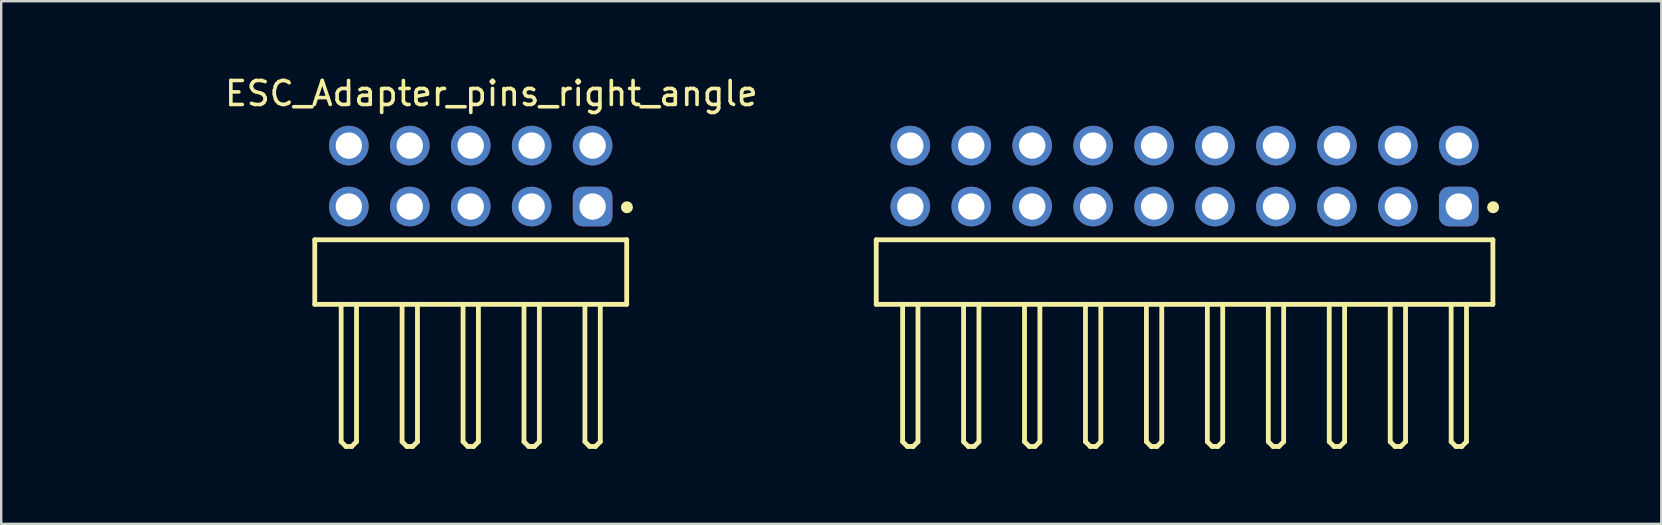
<source format=kicad_pcb>
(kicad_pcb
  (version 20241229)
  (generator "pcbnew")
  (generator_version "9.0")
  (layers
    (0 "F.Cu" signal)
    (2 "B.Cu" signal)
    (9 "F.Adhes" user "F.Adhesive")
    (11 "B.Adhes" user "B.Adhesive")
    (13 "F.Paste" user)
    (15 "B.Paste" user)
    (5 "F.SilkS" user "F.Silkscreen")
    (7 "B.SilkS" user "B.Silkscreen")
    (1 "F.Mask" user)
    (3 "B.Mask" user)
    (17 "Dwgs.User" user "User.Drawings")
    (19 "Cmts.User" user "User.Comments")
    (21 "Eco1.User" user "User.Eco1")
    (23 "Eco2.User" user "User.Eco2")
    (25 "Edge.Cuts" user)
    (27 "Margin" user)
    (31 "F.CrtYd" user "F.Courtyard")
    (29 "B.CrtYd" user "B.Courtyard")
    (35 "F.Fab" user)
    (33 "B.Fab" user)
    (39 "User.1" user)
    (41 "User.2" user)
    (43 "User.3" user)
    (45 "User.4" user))
  (footprint "ESC_Adapter_pins_right_angle"
    (layer "F.Cu")
    (at 29.688 6.958)
    (property "Reference" "ESC_Adapter_pins_right_angle" (at -12.26 -6.11 0) (layer "F.SilkS") (effects (font (size 1 1) (thickness 0.15))))
    (fp_line (start -19.62 -0.015) (end -6.62 -0.015) (stroke (width 0.2) (type solid)) (layer "F.SilkS"))
    (fp_line (start -19.62 2.675) (end -19.62 -0.015) (stroke (width 0.2) (type solid)) (layer "F.SilkS"))
    (fp_line (start -19.62 2.675) (end -6.62 2.675) (stroke (width 0.2) (type solid)) (layer "F.SilkS"))
    (fp_line (start -18.52 8.4) (end -18.52 2.675) (stroke (width 0.2) (type solid)) (layer "F.SilkS"))
    (fp_line (start -18.52 8.4) (end -18.32 8.6) (stroke (width 0.2) (type solid)) (layer "F.SilkS"))
    (fp_line (start -18.32 8.6) (end -18.08 8.6) (stroke (width 0.2) (type solid)) (layer "F.SilkS"))
    (fp_line (start -18.08 8.6) (end -17.88 8.4) (stroke (width 0.2) (type solid)) (layer "F.SilkS"))
    (fp_line (start -17.88 8.4) (end -17.88 2.675) (stroke (width 0.2) (type solid)) (layer "F.SilkS"))
    (fp_line (start -15.98 8.4) (end -15.98 2.675) (stroke (width 0.2) (type solid)) (layer "F.SilkS"))
    (fp_line (start -15.98 8.4) (end -15.78 8.6) (stroke (width 0.2) (type solid)) (layer "F.SilkS"))
    (fp_line (start -15.78 8.6) (end -15.54 8.6) (stroke (width 0.2) (type solid)) (layer "F.SilkS"))
    (fp_line (start -15.54 8.6) (end -15.34 8.4) (stroke (width 0.2) (type solid)) (layer "F.SilkS"))
    (fp_line (start -15.34 8.4) (end -15.34 2.675) (stroke (width 0.2) (type solid)) (layer "F.SilkS"))
    (fp_line (start -13.44 8.4) (end -13.44 2.675) (stroke (width 0.2) (type solid)) (layer "F.SilkS"))
    (fp_line (start -13.44 8.4) (end -13.24 8.6) (stroke (width 0.2) (type solid)) (layer "F.SilkS"))
    (fp_line (start -13.24 8.6) (end -13 8.6) (stroke (width 0.2) (type solid)) (layer "F.SilkS"))
    (fp_line (start -13 8.6) (end -12.8 8.4) (stroke (width 0.2) (type solid)) (layer "F.SilkS"))
    (fp_line (start -12.8 8.4) (end -12.8 2.675) (stroke (width 0.2) (type solid)) (layer "F.SilkS"))
    (fp_line (start -10.9 8.4) (end -10.9 2.675) (stroke (width 0.2) (type solid)) (layer "F.SilkS"))
    (fp_line (start -10.9 8.4) (end -10.7 8.6) (stroke (width 0.2) (type solid)) (layer "F.SilkS"))
    (fp_line (start -10.7 8.6) (end -10.46 8.6) (stroke (width 0.2) (type solid)) (layer "F.SilkS"))
    (fp_line (start -10.46 8.6) (end -10.26 8.4) (stroke (width 0.2) (type solid)) (layer "F.SilkS"))
    (fp_line (start -10.26 8.4) (end -10.26 2.675) (stroke (width 0.2) (type solid)) (layer "F.SilkS"))
    (fp_line (start -8.36 8.4) (end -8.36 2.675) (stroke (width 0.2) (type solid)) (layer "F.SilkS"))
    (fp_line (start -8.36 8.4) (end -8.16 8.6) (stroke (width 0.2) (type solid)) (layer "F.SilkS"))
    (fp_line (start -8.16 8.6) (end -7.92 8.6) (stroke (width 0.2) (type solid)) (layer "F.SilkS"))
    (fp_line (start -7.92 8.6) (end -7.72 8.4) (stroke (width 0.2) (type solid)) (layer "F.SilkS"))
    (fp_line (start -7.72 8.4) (end -7.72 2.675) (stroke (width 0.2) (type solid)) (layer "F.SilkS"))
    (fp_line (start -6.62 2.675) (end -6.62 -0.015) (stroke (width 0.2) (type solid)) (layer "F.SilkS"))
    (fp_line (start 3.78 -0.015) (end 29.48 -0.015) (stroke (width 0.2) (type solid)) (layer "F.SilkS"))
    (fp_line (start 3.78 2.675) (end 3.78 -0.015) (stroke (width 0.2) (type solid)) (layer "F.SilkS"))
    (fp_line (start 3.78 2.675) (end 29.48 2.675) (stroke (width 0.2) (type solid)) (layer "F.SilkS"))
    (fp_line (start 4.88 8.4) (end 4.88 2.675) (stroke (width 0.2) (type solid)) (layer "F.SilkS"))
    (fp_line (start 4.88 8.4) (end 5.08 8.6) (stroke (width 0.2) (type solid)) (layer "F.SilkS"))
    (fp_line (start 5.08 8.6) (end 5.32 8.6) (stroke (width 0.2) (type solid)) (layer "F.SilkS"))
    (fp_line (start 5.32 8.6) (end 5.52 8.4) (stroke (width 0.2) (type solid)) (layer "F.SilkS"))
    (fp_line (start 5.52 8.4) (end 5.52 2.675) (stroke (width 0.2) (type solid)) (layer "F.SilkS"))
    (fp_line (start 7.42 8.4) (end 7.42 2.675) (stroke (width 0.2) (type solid)) (layer "F.SilkS"))
    (fp_line (start 7.42 8.4) (end 7.62 8.6) (stroke (width 0.2) (type solid)) (layer "F.SilkS"))
    (fp_line (start 7.62 8.6) (end 7.86 8.6) (stroke (width 0.2) (type solid)) (layer "F.SilkS"))
    (fp_line (start 7.86 8.6) (end 8.06 8.4) (stroke (width 0.2) (type solid)) (layer "F.SilkS"))
    (fp_line (start 8.06 8.4) (end 8.06 2.675) (stroke (width 0.2) (type solid)) (layer "F.SilkS"))
    (fp_line (start 9.96 8.4) (end 9.96 2.675) (stroke (width 0.2) (type solid)) (layer "F.SilkS"))
    (fp_line (start 9.96 8.4) (end 10.16 8.6) (stroke (width 0.2) (type solid)) (layer "F.SilkS"))
    (fp_line (start 10.16 8.6) (end 10.4 8.6) (stroke (width 0.2) (type solid)) (layer "F.SilkS"))
    (fp_line (start 10.4 8.6) (end 10.6 8.4) (stroke (width 0.2) (type solid)) (layer "F.SilkS"))
    (fp_line (start 10.6 8.4) (end 10.6 2.675) (stroke (width 0.2) (type solid)) (layer "F.SilkS"))
    (fp_line (start 12.5 8.4) (end 12.5 2.675) (stroke (width 0.2) (type solid)) (layer "F.SilkS"))
    (fp_line (start 12.5 8.4) (end 12.7 8.6) (stroke (width 0.2) (type solid)) (layer "F.SilkS"))
    (fp_line (start 12.7 8.6) (end 12.94 8.6) (stroke (width 0.2) (type solid)) (layer "F.SilkS"))
    (fp_line (start 12.94 8.6) (end 13.14 8.4) (stroke (width 0.2) (type solid)) (layer "F.SilkS"))
    (fp_line (start 13.14 8.4) (end 13.14 2.675) (stroke (width 0.2) (type solid)) (layer "F.SilkS"))
    (fp_line (start 15.04 8.4) (end 15.04 2.675) (stroke (width 0.2) (type solid)) (layer "F.SilkS"))
    (fp_line (start 15.04 8.4) (end 15.24 8.6) (stroke (width 0.2) (type solid)) (layer "F.SilkS"))
    (fp_line (start 15.24 8.6) (end 15.48 8.6) (stroke (width 0.2) (type solid)) (layer "F.SilkS"))
    (fp_line (start 15.48 8.6) (end 15.68 8.4) (stroke (width 0.2) (type solid)) (layer "F.SilkS"))
    (fp_line (start 15.68 8.4) (end 15.68 2.675) (stroke (width 0.2) (type solid)) (layer "F.SilkS"))
    (fp_line (start 17.58 8.4) (end 17.58 2.675) (stroke (width 0.2) (type solid)) (layer "F.SilkS"))
    (fp_line (start 17.58 8.4) (end 17.78 8.6) (stroke (width 0.2) (type solid)) (layer "F.SilkS"))
    (fp_line (start 17.78 8.6) (end 18.02 8.6) (stroke (width 0.2) (type solid)) (layer "F.SilkS"))
    (fp_line (start 18.02 8.6) (end 18.22 8.4) (stroke (width 0.2) (type solid)) (layer "F.SilkS"))
    (fp_line (start 18.22 8.4) (end 18.22 2.675) (stroke (width 0.2) (type solid)) (layer "F.SilkS"))
    (fp_line (start 20.12 8.4) (end 20.12 2.675) (stroke (width 0.2) (type solid)) (layer "F.SilkS"))
    (fp_line (start 20.12 8.4) (end 20.32 8.6) (stroke (width 0.2) (type solid)) (layer "F.SilkS"))
    (fp_line (start 20.32 8.6) (end 20.56 8.6) (stroke (width 0.2) (type solid)) (layer "F.SilkS"))
    (fp_line (start 20.56 8.6) (end 20.76 8.4) (stroke (width 0.2) (type solid)) (layer "F.SilkS"))
    (fp_line (start 20.76 8.4) (end 20.76 2.675) (stroke (width 0.2) (type solid)) (layer "F.SilkS"))
    (fp_line (start 22.66 8.4) (end 22.66 2.675) (stroke (width 0.2) (type solid)) (layer "F.SilkS"))
    (fp_line (start 22.66 8.4) (end 22.86 8.6) (stroke (width 0.2) (type solid)) (layer "F.SilkS"))
    (fp_line (start 22.86 8.6) (end 23.1 8.6) (stroke (width 0.2) (type solid)) (layer "F.SilkS"))
    (fp_line (start 23.1 8.6) (end 23.3 8.4) (stroke (width 0.2) (type solid)) (layer "F.SilkS"))
    (fp_line (start 23.3 8.4) (end 23.3 2.675) (stroke (width 0.2) (type solid)) (layer "F.SilkS"))
    (fp_line (start 25.2 8.4) (end 25.2 2.675) (stroke (width 0.2) (type solid)) (layer "F.SilkS"))
    (fp_line (start 25.2 8.4) (end 25.4 8.6) (stroke (width 0.2) (type solid)) (layer "F.SilkS"))
    (fp_line (start 25.4 8.6) (end 25.64 8.6) (stroke (width 0.2) (type solid)) (layer "F.SilkS"))
    (fp_line (start 25.64 8.6) (end 25.84 8.4) (stroke (width 0.2) (type solid)) (layer "F.SilkS"))
    (fp_line (start 25.84 8.4) (end 25.84 2.675) (stroke (width 0.2) (type solid)) (layer "F.SilkS"))
    (fp_line (start 27.74 8.4) (end 27.74 2.675) (stroke (width 0.2) (type solid)) (layer "F.SilkS"))
    (fp_line (start 27.74 8.4) (end 27.94 8.6) (stroke (width 0.2) (type solid)) (layer "F.SilkS"))
    (fp_line (start 27.94 8.6) (end 28.18 8.6) (stroke (width 0.2) (type solid)) (layer "F.SilkS"))
    (fp_line (start 28.18 8.6) (end 28.38 8.4) (stroke (width 0.2) (type solid)) (layer "F.SilkS"))
    (fp_line (start 28.38 8.4) (end 28.38 2.675) (stroke (width 0.2) (type solid)) (layer "F.SilkS"))
    (fp_line (start 29.48 2.675) (end 29.48 -0.015) (stroke (width 0.2) (type solid)) (layer "F.SilkS"))
    (fp_circle (center -6.61 -1.37) (end -6.61 -1.495) (stroke (width 0.25) (type solid)) (fill no) (layer "F.SilkS"))
    (fp_circle (center 29.49 -1.37) (end 29.49 -1.495) (stroke (width 0.25) (type solid)) (fill no) (layer "F.SilkS"))
    (fp_line (start -19.82 -4.965) (end -6.42 -4.965) (stroke (width 0.05) (type solid)) (layer "Eco2.User"))
    (fp_line (start -19.82 8.8) (end -19.82 -4.965) (stroke (width 0.05) (type solid)) (layer "Eco2.User"))
    (fp_line (start -19.82 8.8) (end -6.42 8.8) (stroke (width 0.05) (type solid)) (layer "Eco2.User"))
    (fp_line (start -19.47 0.06) (end -6.77 0.06) (stroke (width 0.1) (type solid)) (layer "Eco2.User"))
    (fp_line (start -19.47 2.6) (end -19.47 0.06) (stroke (width 0.1) (type solid)) (layer "Eco2.User"))
    (fp_line (start -19.47 2.6) (end -6.77 2.6) (stroke (width 0.1) (type solid)) (layer "Eco2.User"))
    (fp_line (start -18.52 -4.3) (end -17.88 -4.3) (stroke (width 0.1) (type solid)) (layer "Eco2.User"))
    (fp_line (start -18.52 -1.76) (end -17.88 -1.76) (stroke (width 0.1) (type solid)) (layer "Eco2.User"))
    (fp_line (start -18.52 0.06) (end -18.52 -4.3) (stroke (width 0.1) (type solid)) (layer "Eco2.User"))
    (fp_line (start -18.52 8.4) (end -18.52 2.6) (stroke (width 0.1) (type solid)) (layer "Eco2.User"))
    (fp_line (start -18.52 8.4) (end -18.32 8.6) (stroke (width 0.1) (type solid)) (layer "Eco2.User"))
    (fp_line (start -18.32 8.6) (end -18.08 8.6) (stroke (width 0.1) (type solid)) (layer "Eco2.User"))
    (fp_line (start -18.08 8.6) (end -17.88 8.4) (stroke (width 0.1) (type solid)) (layer "Eco2.User"))
    (fp_line (start -17.88 0.06) (end -17.88 -4.3) (stroke (width 0.1) (type solid)) (layer "Eco2.User"))
    (fp_line (start -17.88 8.4) (end -17.88 2.6) (stroke (width 0.1) (type solid)) (layer "Eco2.User"))
    (fp_line (start -15.98 -4.3) (end -15.34 -4.3) (stroke (width 0.1) (type solid)) (layer "Eco2.User"))
    (fp_line (start -15.98 -1.76) (end -15.34 -1.76) (stroke (width 0.1) (type solid)) (layer "Eco2.User"))
    (fp_line (start -15.98 0.06) (end -15.98 -4.3) (stroke (width 0.1) (type solid)) (layer "Eco2.User"))
    (fp_line (start -15.98 8.4) (end -15.98 2.6) (stroke (width 0.1) (type solid)) (layer "Eco2.User"))
    (fp_line (start -15.98 8.4) (end -15.78 8.6) (stroke (width 0.1) (type solid)) (layer "Eco2.User"))
    (fp_line (start -15.78 8.6) (end -15.54 8.6) (stroke (width 0.1) (type solid)) (layer "Eco2.User"))
    (fp_line (start -15.54 8.6) (end -15.34 8.4) (stroke (width 0.1) (type solid)) (layer "Eco2.User"))
    (fp_line (start -15.34 0.06) (end -15.34 -4.3) (stroke (width 0.1) (type solid)) (layer "Eco2.User"))
    (fp_line (start -15.34 8.4) (end -15.34 2.6) (stroke (width 0.1) (type solid)) (layer "Eco2.User"))
    (fp_line (start -13.62 1.33) (end -12.62 1.33) (stroke (width 0.05) (type solid)) (layer "Eco2.User"))
    (fp_line (start -13.44 -4.3) (end -12.8 -4.3) (stroke (width 0.1) (type solid)) (layer "Eco2.User"))
    (fp_line (start -13.44 -1.76) (end -12.8 -1.76) (stroke (width 0.1) (type solid)) (layer "Eco2.User"))
    (fp_line (start -13.44 0.06) (end -13.44 -4.3) (stroke (width 0.1) (type solid)) (layer "Eco2.User"))
    (fp_line (start -13.44 8.4) (end -13.44 2.6) (stroke (width 0.1) (type solid)) (layer "Eco2.User"))
    (fp_line (start -13.44 8.4) (end -13.24 8.6) (stroke (width 0.1) (type solid)) (layer "Eco2.User"))
    (fp_line (start -13.24 8.6) (end -13 8.6) (stroke (width 0.1) (type solid)) (layer "Eco2.User"))
    (fp_line (start -13.12 1.83) (end -13.12 0.83) (stroke (width 0.05) (type solid)) (layer "Eco2.User"))
    (fp_line (start -13 8.6) (end -12.8 8.4) (stroke (width 0.1) (type solid)) (layer "Eco2.User"))
    (fp_line (start -12.8 0.06) (end -12.8 -4.3) (stroke (width 0.1) (type solid)) (layer "Eco2.User"))
    (fp_line (start -12.8 8.4) (end -12.8 2.6) (stroke (width 0.1) (type solid)) (layer "Eco2.User"))
    (fp_line (start -10.9 -4.3) (end -10.26 -4.3) (stroke (width 0.1) (type solid)) (layer "Eco2.User"))
    (fp_line (start -10.9 -1.76) (end -10.26 -1.76) (stroke (width 0.1) (type solid)) (layer "Eco2.User"))
    (fp_line (start -10.9 0.06) (end -10.9 -4.3) (stroke (width 0.1) (type solid)) (layer "Eco2.User"))
    (fp_line (start -10.9 8.4) (end -10.9 2.6) (stroke (width 0.1) (type solid)) (layer "Eco2.User"))
    (fp_line (start -10.9 8.4) (end -10.7 8.6) (stroke (width 0.1) (type solid)) (layer "Eco2.User"))
    (fp_line (start -10.7 8.6) (end -10.46 8.6) (stroke (width 0.1) (type solid)) (layer "Eco2.User"))
    (fp_line (start -10.46 8.6) (end -10.26 8.4) (stroke (width 0.1) (type solid)) (layer "Eco2.User"))
    (fp_line (start -10.26 0.06) (end -10.26 -4.3) (stroke (width 0.1) (type solid)) (layer "Eco2.User"))
    (fp_line (start -10.26 8.4) (end -10.26 2.6) (stroke (width 0.1) (type solid)) (layer "Eco2.User"))
    (fp_line (start -8.36 -4.3) (end -7.72 -4.3) (stroke (width 0.1) (type solid)) (layer "Eco2.User"))
    (fp_line (start -8.36 -1.76) (end -7.72 -1.76) (stroke (width 0.1) (type solid)) (layer "Eco2.User"))
    (fp_line (start -8.36 0.06) (end -8.36 -4.3) (stroke (width 0.1) (type solid)) (layer "Eco2.User"))
    (fp_line (start -8.36 8.4) (end -8.36 2.6) (stroke (width 0.1) (type solid)) (layer "Eco2.User"))
    (fp_line (start -8.36 8.4) (end -8.16 8.6) (stroke (width 0.1) (type solid)) (layer "Eco2.User"))
    (fp_line (start -8.16 8.6) (end -7.92 8.6) (stroke (width 0.1) (type solid)) (layer "Eco2.User"))
    (fp_line (start -7.92 8.6) (end -7.72 8.4) (stroke (width 0.1) (type solid)) (layer "Eco2.User"))
    (fp_line (start -7.72 0.06) (end -7.72 -4.3) (stroke (width 0.1) (type solid)) (layer "Eco2.User"))
    (fp_line (start -7.72 8.4) (end -7.72 2.6) (stroke (width 0.1) (type solid)) (layer "Eco2.User"))
    (fp_line (start -6.77 2.6) (end -6.77 0.06) (stroke (width 0.1) (type solid)) (layer "Eco2.User"))
    (fp_line (start -6.42 8.8) (end -6.42 -4.965) (stroke (width 0.05) (type solid)) (layer "Eco2.User"))
    (fp_line (start 3.58 -4.965) (end 29.68 -4.965) (stroke (width 0.05) (type solid)) (layer "Eco2.User"))
    (fp_line (start 3.58 8.8) (end 3.58 -4.965) (stroke (width 0.05) (type solid)) (layer "Eco2.User"))
    (fp_line (start 3.58 8.8) (end 29.68 8.8) (stroke (width 0.05) (type solid)) (layer "Eco2.User"))
    (fp_line (start 3.93 0.06) (end 29.33 0.06) (stroke (width 0.1) (type solid)) (layer "Eco2.User"))
    (fp_line (start 3.93 2.6) (end 3.93 0.06) (stroke (width 0.1) (type solid)) (layer "Eco2.User"))
    (fp_line (start 3.93 2.6) (end 29.33 2.6) (stroke (width 0.1) (type solid)) (layer "Eco2.User"))
    (fp_line (start 4.88 -4.3) (end 5.52 -4.3) (stroke (width 0.1) (type solid)) (layer "Eco2.User"))
    (fp_line (start 4.88 -1.76) (end 5.52 -1.76) (stroke (width 0.1) (type solid)) (layer "Eco2.User"))
    (fp_line (start 4.88 0.06) (end 4.88 -4.3) (stroke (width 0.1) (type solid)) (layer "Eco2.User"))
    (fp_line (start 4.88 8.4) (end 4.88 2.6) (stroke (width 0.1) (type solid)) (layer "Eco2.User"))
    (fp_line (start 4.88 8.4) (end 5.08 8.6) (stroke (width 0.1) (type solid)) (layer "Eco2.User"))
    (fp_line (start 5.08 8.6) (end 5.32 8.6) (stroke (width 0.1) (type solid)) (layer "Eco2.User"))
    (fp_line (start 5.32 8.6) (end 5.52 8.4) (stroke (width 0.1) (type solid)) (layer "Eco2.User"))
    (fp_line (start 5.52 0.06) (end 5.52 -4.3) (stroke (width 0.1) (type solid)) (layer "Eco2.User"))
    (fp_line (start 5.52 8.4) (end 5.52 2.6) (stroke (width 0.1) (type solid)) (layer "Eco2.User"))
    (fp_line (start 7.42 -4.3) (end 8.06 -4.3) (stroke (width 0.1) (type solid)) (layer "Eco2.User"))
    (fp_line (start 7.42 -1.76) (end 8.06 -1.76) (stroke (width 0.1) (type solid)) (layer "Eco2.User"))
    (fp_line (start 7.42 0.06) (end 7.42 -4.3) (stroke (width 0.1) (type solid)) (layer "Eco2.User"))
    (fp_line (start 7.42 8.4) (end 7.42 2.6) (stroke (width 0.1) (type solid)) (layer "Eco2.User"))
    (fp_line (start 7.42 8.4) (end 7.62 8.6) (stroke (width 0.1) (type solid)) (layer "Eco2.User"))
    (fp_line (start 7.62 8.6) (end 7.86 8.6) (stroke (width 0.1) (type solid)) (layer "Eco2.User"))
    (fp_line (start 7.86 8.6) (end 8.06 8.4) (stroke (width 0.1) (type solid)) (layer "Eco2.User"))
    (fp_line (start 8.06 0.06) (end 8.06 -4.3) (stroke (width 0.1) (type solid)) (layer "Eco2.User"))
    (fp_line (start 8.06 8.4) (end 8.06 2.6) (stroke (width 0.1) (type solid)) (layer "Eco2.User"))
    (fp_line (start 9.96 -4.3) (end 10.6 -4.3) (stroke (width 0.1) (type solid)) (layer "Eco2.User"))
    (fp_line (start 9.96 -1.76) (end 10.6 -1.76) (stroke (width 0.1) (type solid)) (layer "Eco2.User"))
    (fp_line (start 9.96 0.06) (end 9.96 -4.3) (stroke (width 0.1) (type solid)) (layer "Eco2.User"))
    (fp_line (start 9.96 8.4) (end 9.96 2.6) (stroke (width 0.1) (type solid)) (layer "Eco2.User"))
    (fp_line (start 9.96 8.4) (end 10.16 8.6) (stroke (width 0.1) (type solid)) (layer "Eco2.User"))
    (fp_line (start 10.16 8.6) (end 10.4 8.6) (stroke (width 0.1) (type solid)) (layer "Eco2.User"))
    (fp_line (start 10.4 8.6) (end 10.6 8.4) (stroke (width 0.1) (type solid)) (layer "Eco2.User"))
    (fp_line (start 10.6 0.06) (end 10.6 -4.3) (stroke (width 0.1) (type solid)) (layer "Eco2.User"))
    (fp_line (start 10.6 8.4) (end 10.6 2.6) (stroke (width 0.1) (type solid)) (layer "Eco2.User"))
    (fp_line (start 12.5 -4.3) (end 13.14 -4.3) (stroke (width 0.1) (type solid)) (layer "Eco2.User"))
    (fp_line (start 12.5 -1.76) (end 13.14 -1.76) (stroke (width 0.1) (type solid)) (layer "Eco2.User"))
    (fp_line (start 12.5 0.06) (end 12.5 -4.3) (stroke (width 0.1) (type solid)) (layer "Eco2.User"))
    (fp_line (start 12.5 8.4) (end 12.5 2.6) (stroke (width 0.1) (type solid)) (layer "Eco2.User"))
    (fp_line (start 12.5 8.4) (end 12.7 8.6) (stroke (width 0.1) (type solid)) (layer "Eco2.User"))
    (fp_line (start 12.7 8.6) (end 12.94 8.6) (stroke (width 0.1) (type solid)) (layer "Eco2.User"))
    (fp_line (start 12.94 8.6) (end 13.14 8.4) (stroke (width 0.1) (type solid)) (layer "Eco2.User"))
    (fp_line (start 13.14 0.06) (end 13.14 -4.3) (stroke (width 0.1) (type solid)) (layer "Eco2.User"))
    (fp_line (start 13.14 8.4) (end 13.14 2.6) (stroke (width 0.1) (type solid)) (layer "Eco2.User"))
    (fp_line (start 15.04 -4.3) (end 15.68 -4.3) (stroke (width 0.1) (type solid)) (layer "Eco2.User"))
    (fp_line (start 15.04 -1.76) (end 15.68 -1.76) (stroke (width 0.1) (type solid)) (layer "Eco2.User"))
    (fp_line (start 15.04 0.06) (end 15.04 -4.3) (stroke (width 0.1) (type solid)) (layer "Eco2.User"))
    (fp_line (start 15.04 8.4) (end 15.04 2.6) (stroke (width 0.1) (type solid)) (layer "Eco2.User"))
    (fp_line (start 15.04 8.4) (end 15.24 8.6) (stroke (width 0.1) (type solid)) (layer "Eco2.User"))
    (fp_line (start 15.24 8.6) (end 15.48 8.6) (stroke (width 0.1) (type solid)) (layer "Eco2.User"))
    (fp_line (start 15.48 8.6) (end 15.68 8.4) (stroke (width 0.1) (type solid)) (layer "Eco2.User"))
    (fp_line (start 15.68 0.06) (end 15.68 -4.3) (stroke (width 0.1) (type solid)) (layer "Eco2.User"))
    (fp_line (start 15.68 8.4) (end 15.68 2.6) (stroke (width 0.1) (type solid)) (layer "Eco2.User"))
    (fp_line (start 16.13 1.33) (end 17.13 1.33) (stroke (width 0.05) (type solid)) (layer "Eco2.User"))
    (fp_line (start 16.63 1.83) (end 16.63 0.83) (stroke (width 0.05) (type solid)) (layer "Eco2.User"))
    (fp_line (start 17.58 -4.3) (end 18.22 -4.3) (stroke (width 0.1) (type solid)) (layer "Eco2.User"))
    (fp_line (start 17.58 -1.76) (end 18.22 -1.76) (stroke (width 0.1) (type solid)) (layer "Eco2.User"))
    (fp_line (start 17.58 0.06) (end 17.58 -4.3) (stroke (width 0.1) (type solid)) (layer "Eco2.User"))
    (fp_line (start 17.58 8.4) (end 17.58 2.6) (stroke (width 0.1) (type solid)) (layer "Eco2.User"))
    (fp_line (start 17.58 8.4) (end 17.78 8.6) (stroke (width 0.1) (type solid)) (layer "Eco2.User"))
    (fp_line (start 17.78 8.6) (end 18.02 8.6) (stroke (width 0.1) (type solid)) (layer "Eco2.User"))
    (fp_line (start 18.02 8.6) (end 18.22 8.4) (stroke (width 0.1) (type solid)) (layer "Eco2.User"))
    (fp_line (start 18.22 0.06) (end 18.22 -4.3) (stroke (width 0.1) (type solid)) (layer "Eco2.User"))
    (fp_line (start 18.22 8.4) (end 18.22 2.6) (stroke (width 0.1) (type solid)) (layer "Eco2.User"))
    (fp_line (start 20.12 -4.3) (end 20.76 -4.3) (stroke (width 0.1) (type solid)) (layer "Eco2.User"))
    (fp_line (start 20.12 -1.76) (end 20.76 -1.76) (stroke (width 0.1) (type solid)) (layer "Eco2.User"))
    (fp_line (start 20.12 -1.76) (end 20.76 -1.76) (stroke (width 0.1) (type solid)) (layer "Eco2.User"))
    (fp_line (start 20.12 0.06) (end 20.12 -4.3) (stroke (width 0.1) (type solid)) (layer "Eco2.User"))
    (fp_line (start 20.12 8.4) (end 20.12 2.6) (stroke (width 0.1) (type solid)) (layer "Eco2.User"))
    (fp_line (start 20.12 8.4) (end 20.32 8.6) (stroke (width 0.1) (type solid)) (layer "Eco2.User"))
    (fp_line (start 20.32 8.6) (end 20.56 8.6) (stroke (width 0.1) (type solid)) (layer "Eco2.User"))
    (fp_line (start 20.56 8.6) (end 20.76 8.4) (stroke (width 0.1) (type solid)) (layer "Eco2.User"))
    (fp_line (start 20.76 0.06) (end 20.76 -4.3) (stroke (width 0.1) (type solid)) (layer "Eco2.User"))
    (fp_line (start 20.76 8.4) (end 20.76 2.6) (stroke (width 0.1) (type solid)) (layer "Eco2.User"))
    (fp_line (start 22.66 -4.3) (end 23.3 -4.3) (stroke (width 0.1) (type solid)) (layer "Eco2.User"))
    (fp_line (start 22.66 -1.76) (end 23.3 -1.76) (stroke (width 0.1) (type solid)) (layer "Eco2.User"))
    (fp_line (start 22.66 0.06) (end 22.66 -4.3) (stroke (width 0.1) (type solid)) (layer "Eco2.User"))
    (fp_line (start 22.66 8.4) (end 22.66 2.6) (stroke (width 0.1) (type solid)) (layer "Eco2.User"))
    (fp_line (start 22.66 8.4) (end 22.86 8.6) (stroke (width 0.1) (type solid)) (layer "Eco2.User"))
    (fp_line (start 22.86 8.6) (end 23.1 8.6) (stroke (width 0.1) (type solid)) (layer "Eco2.User"))
    (fp_line (start 23.1 8.6) (end 23.3 8.4) (stroke (width 0.1) (type solid)) (layer "Eco2.User"))
    (fp_line (start 23.3 0.06) (end 23.3 -4.3) (stroke (width 0.1) (type solid)) (layer "Eco2.User"))
    (fp_line (start 23.3 8.4) (end 23.3 2.6) (stroke (width 0.1) (type solid)) (layer "Eco2.User"))
    (fp_line (start 25.2 -4.3) (end 25.84 -4.3) (stroke (width 0.1) (type solid)) (layer "Eco2.User"))
    (fp_line (start 25.2 -1.76) (end 25.84 -1.76) (stroke (width 0.1) (type solid)) (layer "Eco2.User"))
    (fp_line (start 25.2 0.06) (end 25.2 -4.3) (stroke (width 0.1) (type solid)) (layer "Eco2.User"))
    (fp_line (start 25.2 8.4) (end 25.2 2.6) (stroke (width 0.1) (type solid)) (layer "Eco2.User"))
    (fp_line (start 25.2 8.4) (end 25.4 8.6) (stroke (width 0.1) (type solid)) (layer "Eco2.User"))
    (fp_line (start 25.4 8.6) (end 25.64 8.6) (stroke (width 0.1) (type solid)) (layer "Eco2.User"))
    (fp_line (start 25.64 8.6) (end 25.84 8.4) (stroke (width 0.1) (type solid)) (layer "Eco2.User"))
    (fp_line (start 25.84 0.06) (end 25.84 -4.3) (stroke (width 0.1) (type solid)) (layer "Eco2.User"))
    (fp_line (start 25.84 8.4) (end 25.84 2.6) (stroke (width 0.1) (type solid)) (layer "Eco2.User"))
    (fp_line (start 27.74 -4.3) (end 28.38 -4.3) (stroke (width 0.1) (type solid)) (layer "Eco2.User"))
    (fp_line (start 27.74 -1.76) (end 28.38 -1.76) (stroke (width 0.1) (type solid)) (layer "Eco2.User"))
    (fp_line (start 27.74 0.06) (end 27.74 -4.3) (stroke (width 0.1) (type solid)) (layer "Eco2.User"))
    (fp_line (start 27.74 8.4) (end 27.74 2.6) (stroke (width 0.1) (type solid)) (layer "Eco2.User"))
    (fp_line (start 27.74 8.4) (end 27.94 8.6) (stroke (width 0.1) (type solid)) (layer "Eco2.User"))
    (fp_line (start 27.94 8.6) (end 28.18 8.6) (stroke (width 0.1) (type solid)) (layer "Eco2.User"))
    (fp_line (start 28.18 8.6) (end 28.38 8.4) (stroke (width 0.1) (type solid)) (layer "Eco2.User"))
    (fp_line (start 28.38 0.06) (end 28.38 -4.3) (stroke (width 0.1) (type solid)) (layer "Eco2.User"))
    (fp_line (start 28.38 8.4) (end 28.38 2.6) (stroke (width 0.1) (type solid)) (layer "Eco2.User"))
    (fp_line (start 29.33 2.6) (end 29.33 0.06) (stroke (width 0.1) (type solid)) (layer "Eco2.User"))
    (fp_line (start 29.68 8.8) (end 29.68 -4.965) (stroke (width 0.05) (type solid)) (layer "Eco2.User"))
    (fp_text user "${REFERENCE}" (at 16.78 1.133 0) (unlocked yes) (layer "User.3") (effects (font (size 1.5 1.5) (thickness 0.15))))
    (fp_text user "${REFERENCE}" (at -12.97 1.133 0) (unlocked yes) (layer "User.3") (effects (font (size 1.5 1.5) (thickness 0.15))))
    (pad "1" thru_hole roundrect (at 28.06 -1.4) (size 1.65 1.65) (drill 1.1) (layers "*.Cu" "*.Mask") (roundrect_rratio 0.25))
    (pad "2" thru_hole circle (at 28.06 -3.94) (size 1.65 1.65) (drill 1.1) (layers "*.Cu" "*.Mask"))
    (pad "3" thru_hole circle (at 25.52 -1.4) (size 1.65 1.65) (drill 1.1) (layers "*.Cu" "*.Mask"))
    (pad "4" thru_hole circle (at 25.52 -3.94) (size 1.65 1.65) (drill 1.1) (layers "*.Cu" "*.Mask"))
    (pad "5" thru_hole circle (at 22.98 -1.4) (size 1.65 1.65) (drill 1.1) (layers "*.Cu" "*.Mask"))
    (pad "6" thru_hole circle (at 22.98 -3.94) (size 1.65 1.65) (drill 1.1) (layers "*.Cu" "*.Mask"))
    (pad "7" thru_hole circle (at 20.44 -1.4) (size 1.65 1.65) (drill 1.1) (layers "*.Cu" "*.Mask"))
    (pad "8" thru_hole circle (at 20.44 -3.94) (size 1.65 1.65) (drill 1.1) (layers "*.Cu" "*.Mask"))
    (pad "9" thru_hole circle (at 17.9 -1.4) (size 1.65 1.65) (drill 1.1) (layers "*.Cu" "*.Mask"))
    (pad "10" thru_hole circle (at 17.9 -3.94) (size 1.65 1.65) (drill 1.1) (layers "*.Cu" "*.Mask"))
    (pad "11" thru_hole circle (at 15.36 -1.4) (size 1.65 1.65) (drill 1.1) (layers "*.Cu" "*.Mask"))
    (pad "12" thru_hole circle (at 15.36 -3.94) (size 1.65 1.65) (drill 1.1) (layers "*.Cu" "*.Mask"))
    (pad "13" thru_hole circle (at 12.82 -1.4) (size 1.65 1.65) (drill 1.1) (layers "*.Cu" "*.Mask"))
    (pad "14" thru_hole circle (at 12.82 -3.94) (size 1.65 1.65) (drill 1.1) (layers "*.Cu" "*.Mask"))
    (pad "15" thru_hole circle (at 10.28 -1.4) (size 1.65 1.65) (drill 1.1) (layers "*.Cu" "*.Mask"))
    (pad "16" thru_hole circle (at 10.28 -3.94) (size 1.65 1.65) (drill 1.1) (layers "*.Cu" "*.Mask"))
    (pad "17" thru_hole circle (at 7.74 -1.4) (size 1.65 1.65) (drill 1.1) (layers "*.Cu" "*.Mask"))
    (pad "18" thru_hole circle (at 7.74 -3.94) (size 1.65 1.65) (drill 1.1) (layers "*.Cu" "*.Mask"))
    (pad "19" thru_hole circle (at 5.2 -1.4) (size 1.65 1.65) (drill 1.1) (layers "*.Cu" "*.Mask"))
    (pad "20" thru_hole circle (at 5.2 -3.94) (size 1.65 1.65) (drill 1.1) (layers "*.Cu" "*.Mask"))
    (pad "21" thru_hole roundrect (at -8.04 -1.4) (size 1.65 1.65) (drill 1.1) (layers "*.Cu" "*.Mask") (roundrect_rratio 0.25))
    (pad "22" thru_hole circle (at -8.04 -3.94) (size 1.65 1.65) (drill 1.1) (layers "*.Cu" "*.Mask"))
    (pad "23" thru_hole circle (at -10.58 -1.4) (size 1.65 1.65) (drill 1.1) (layers "*.Cu" "*.Mask"))
    (pad "24" thru_hole circle (at -10.58 -3.94) (size 1.65 1.65) (drill 1.1) (layers "*.Cu" "*.Mask"))
    (pad "25" thru_hole circle (at -13.12 -1.4) (size 1.65 1.65) (drill 1.1) (layers "*.Cu" "*.Mask"))
    (pad "26" thru_hole circle (at -13.12 -3.94) (size 1.65 1.65) (drill 1.1) (layers "*.Cu" "*.Mask"))
    (pad "27" thru_hole circle (at -15.66 -1.4) (size 1.65 1.65) (drill 1.1) (layers "*.Cu" "*.Mask"))
    (pad "28" thru_hole circle (at -15.66 -3.94) (size 1.65 1.65) (drill 1.1) (layers "*.Cu" "*.Mask"))
    (pad "29" thru_hole circle (at -18.2 -1.4) (size 1.65 1.65) (drill 1.1) (layers "*.Cu" "*.Mask"))
    (pad "30" thru_hole circle (at -18.2 -3.94) (size 1.65 1.65) (drill 1.1) (layers "*.Cu" "*.Mask")))
  (gr_rect
    (start -3 -3)
    (end 66.186 18.783)
    (stroke (width 0.1) (type default))
    (fill no)
    (layer "Edge.Cuts")))
</source>
